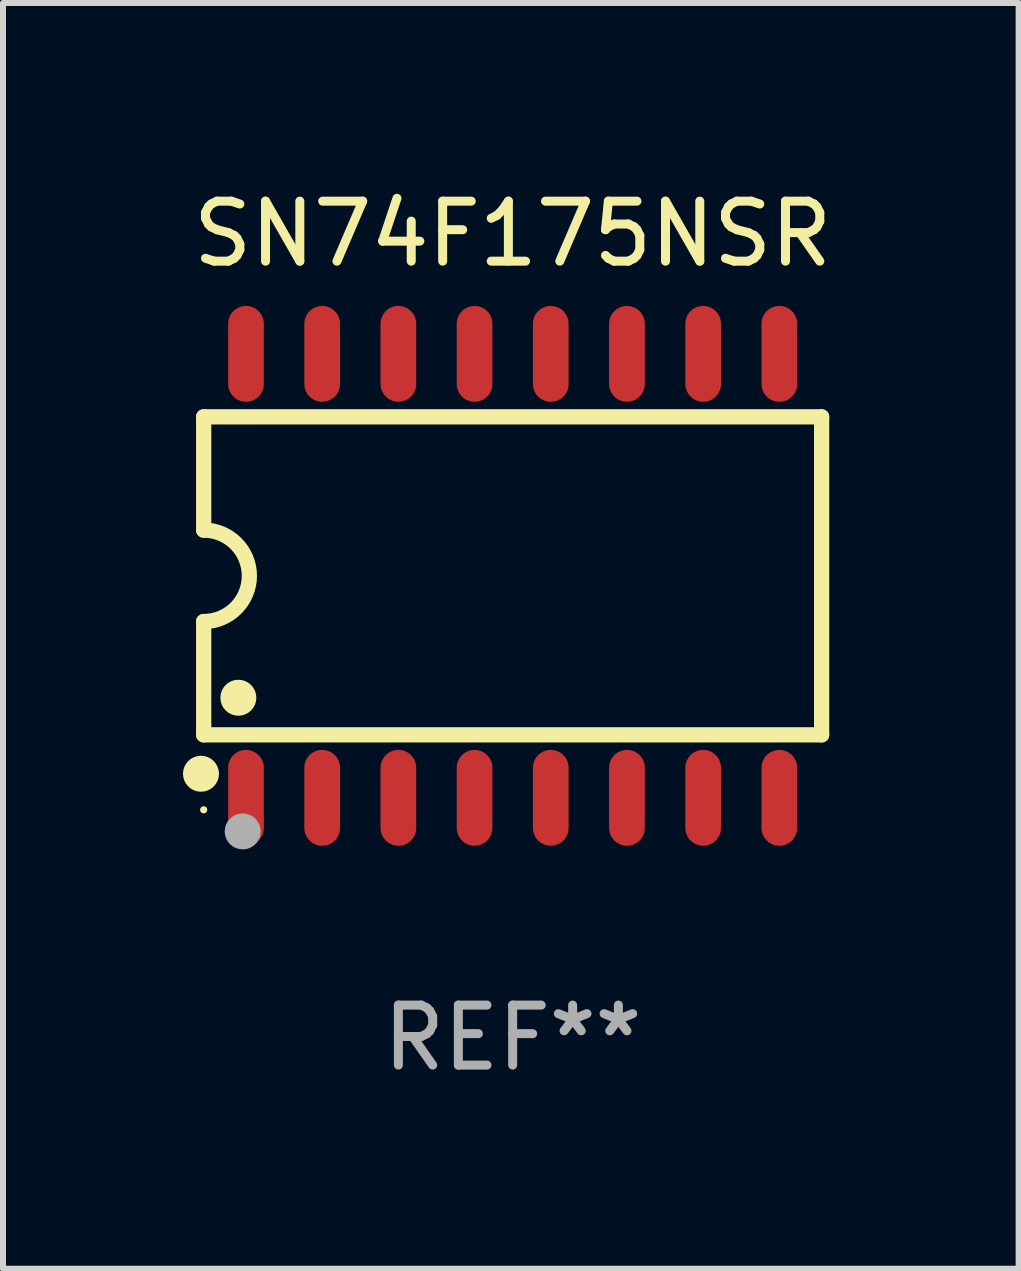
<source format=kicad_pcb>
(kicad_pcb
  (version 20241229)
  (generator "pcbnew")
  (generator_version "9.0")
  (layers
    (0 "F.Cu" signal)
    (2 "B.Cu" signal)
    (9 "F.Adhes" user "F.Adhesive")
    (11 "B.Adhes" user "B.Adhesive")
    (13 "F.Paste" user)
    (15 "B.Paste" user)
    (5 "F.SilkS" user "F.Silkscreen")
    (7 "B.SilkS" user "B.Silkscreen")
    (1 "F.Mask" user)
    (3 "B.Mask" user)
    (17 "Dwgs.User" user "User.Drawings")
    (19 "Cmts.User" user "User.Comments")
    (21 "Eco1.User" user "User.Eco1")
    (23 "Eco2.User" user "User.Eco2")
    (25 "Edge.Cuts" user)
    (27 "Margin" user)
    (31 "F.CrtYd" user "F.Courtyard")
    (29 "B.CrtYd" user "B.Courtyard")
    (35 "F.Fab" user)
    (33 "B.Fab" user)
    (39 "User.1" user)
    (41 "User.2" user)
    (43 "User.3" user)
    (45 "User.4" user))
  (footprint "SN74F175NSR"
    (layer "F.Cu")
    (at 5.495 6.548)
    (property "Reference" "SN74F175NSR" (at 0 -5.7 0) (layer "F.SilkS") (effects (font (size 1 1) (thickness 0.15))))
    (attr through_hole)
    (fp_line (start -5.15 -2.65) (end -5.15 -0.762) (stroke (width 0.254) (type solid)) (layer "F.SilkS"))
    (fp_line (start -5.15 -2.65) (end 5.15 -2.65) (stroke (width 0.254) (type solid)) (layer "F.SilkS"))
    (fp_line (start -5.15 2.65) (end -5.15 0.762) (stroke (width 0.254) (type solid)) (layer "F.SilkS"))
    (fp_line (start 5.15 -2.65) (end 5.15 2.65) (stroke (width 0.254) (type solid)) (layer "F.SilkS"))
    (fp_line (start 5.15 2.65) (end -5.15 2.65) (stroke (width 0.254) (type solid)) (layer "F.SilkS"))
    (fp_arc (start -5.151131 -0.762003) (mid -4.389128 -0.000559) (end -5.150013 0.762002) (stroke (width 0.254001) (type solid)) (layer "F.SilkS"))
    (fp_circle (center -5.195 3.299) (end -5.045 3.299) (stroke (width 0.3) (type solid)) (fill no) (layer "F.SilkS"))
    (fp_circle (center -5.15 3.9) (end -5.12 3.9) (stroke (width 0.06) (type solid)) (fill no) (layer "F.SilkS"))
    (fp_circle (center -4.572 2.032) (end -4.422 2.032) (stroke (width 0.3) (type solid)) (fill no) (layer "F.SilkS"))
    (fp_circle (center -4.5 4.26) (end -4.35 4.26) (stroke (width 0.3) (type solid)) (fill no) (layer "F.Fab"))
    (fp_text user "REF**" (at 0 7.7 0) (layer "F.Fab") (effects (font (size 1 1) (thickness 0.15))))
    (pad "1" smd oval (at -4.445 3.7) (size 0.595 1.598) (layers "F.Cu" "F.Mask" "F.Paste"))
    (pad "2" smd oval (at -3.175 3.7) (size 0.595 1.598) (layers "F.Cu" "F.Mask" "F.Paste"))
    (pad "3" smd oval (at -1.905 3.7) (size 0.595 1.598) (layers "F.Cu" "F.Mask" "F.Paste"))
    (pad "4" smd oval (at -0.635 3.7) (size 0.595 1.598) (layers "F.Cu" "F.Mask" "F.Paste"))
    (pad "5" smd oval (at 0.635 3.7) (size 0.595 1.598) (layers "F.Cu" "F.Mask" "F.Paste"))
    (pad "6" smd oval (at 1.905 3.7) (size 0.595 1.598) (layers "F.Cu" "F.Mask" "F.Paste"))
    (pad "7" smd oval (at 3.175 3.7) (size 0.595 1.598) (layers "F.Cu" "F.Mask" "F.Paste"))
    (pad "8" smd oval (at 4.445 3.7) (size 0.595 1.598) (layers "F.Cu" "F.Mask" "F.Paste"))
    (pad "9" smd oval (at 4.445 -3.7) (size 0.595 1.598) (layers "F.Cu" "F.Mask" "F.Paste"))
    (pad "10" smd oval (at 3.175 -3.7) (size 0.595 1.598) (layers "F.Cu" "F.Mask" "F.Paste"))
    (pad "11" smd oval (at 1.905 -3.7) (size 0.595 1.598) (layers "F.Cu" "F.Mask" "F.Paste"))
    (pad "12" smd oval (at 0.635 -3.7) (size 0.595 1.598) (layers "F.Cu" "F.Mask" "F.Paste"))
    (pad "13" smd oval (at -0.635 -3.7) (size 0.595 1.598) (layers "F.Cu" "F.Mask" "F.Paste"))
    (pad "14" smd oval (at -1.905 -3.7) (size 0.595 1.598) (layers "F.Cu" "F.Mask" "F.Paste"))
    (pad "15" smd oval (at -3.175 -3.7) (size 0.595 1.598) (layers "F.Cu" "F.Mask" "F.Paste"))
    (pad "16" smd oval (at -4.445 -3.7) (size 0.595 1.598) (layers "F.Cu" "F.Mask" "F.Paste")))
  (gr_rect
    (start -3 -3)
    (end 13.929 18.097)
    (stroke (width 0.1) (type default))
    (fill no)
    (layer "Edge.Cuts")))
</source>
